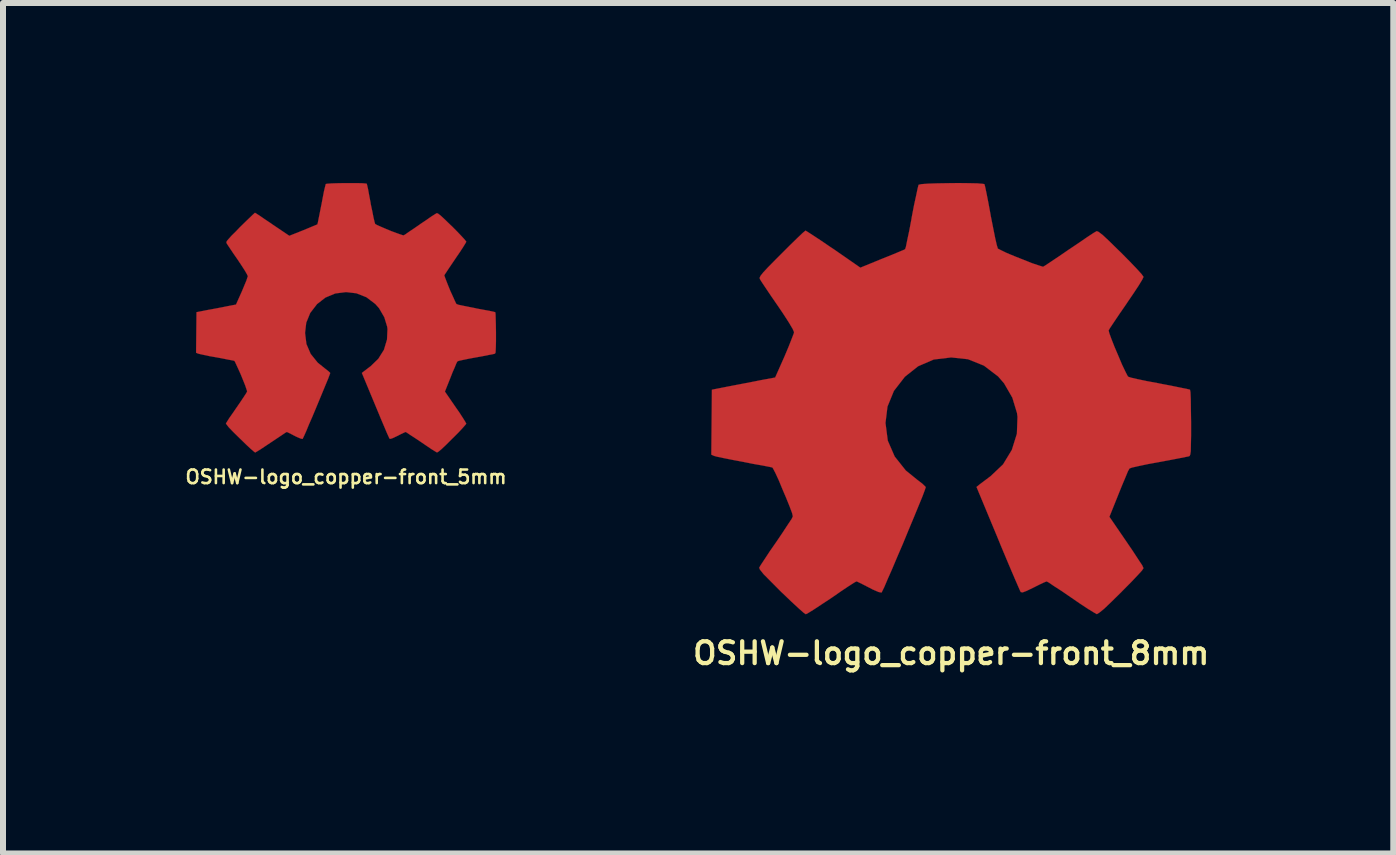
<source format=kicad_pcb>
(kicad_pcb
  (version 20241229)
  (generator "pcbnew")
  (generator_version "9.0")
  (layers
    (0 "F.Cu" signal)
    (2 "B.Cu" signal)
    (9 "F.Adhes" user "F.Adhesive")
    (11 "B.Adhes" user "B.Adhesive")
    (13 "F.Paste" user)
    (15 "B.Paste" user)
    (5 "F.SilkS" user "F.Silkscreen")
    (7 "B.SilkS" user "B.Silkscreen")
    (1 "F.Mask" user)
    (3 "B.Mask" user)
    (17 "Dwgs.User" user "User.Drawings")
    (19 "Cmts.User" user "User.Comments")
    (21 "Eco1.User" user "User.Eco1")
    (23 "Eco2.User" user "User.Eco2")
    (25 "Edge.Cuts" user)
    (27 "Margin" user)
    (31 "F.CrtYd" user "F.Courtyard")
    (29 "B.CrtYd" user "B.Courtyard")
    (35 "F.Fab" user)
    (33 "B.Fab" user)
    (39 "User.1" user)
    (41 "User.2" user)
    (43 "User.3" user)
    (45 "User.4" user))
  (footprint "OSHW-logo_copper-front_8mm"
    (layer "F.Cu")
    (at 12.803 3.595)
    (property "Reference" "OSHW-logo_copper-front_8mm" (at 0 4.242 0) (layer "F.SilkS") (effects (font (size 0.363 0.363) (thickness 0.071))))
    (attr through_hole)
    (fp_poly (pts (xy -2.423 3.592) (xy -2.383 3.571) (xy -2.289 3.513) (xy -2.154 3.424) (xy -1.996 3.32) (xy -1.839 3.211) (xy -1.709 3.124) (xy -1.618 3.066) (xy -1.58 3.045) (xy -1.56 3.051) (xy -1.483 3.089) (xy -1.374 3.145) (xy -1.311 3.178) (xy -1.212 3.221) (xy -1.161 3.231) (xy -1.153 3.216) (xy -1.115 3.139) (xy -1.059 3.007) (xy -0.983 2.835) (xy -0.897 2.631) (xy -0.803 2.413) (xy -0.711 2.189) (xy -0.622 1.976) (xy -0.544 1.786) (xy -0.48 1.631) (xy -0.439 1.521) (xy -0.424 1.476) (xy -0.429 1.466) (xy -0.48 1.417) (xy -0.566 1.351) (xy -0.757 1.196) (xy -0.942 0.963) (xy -1.057 0.699) (xy -1.095 0.404) (xy -1.062 0.132) (xy -0.955 -0.13) (xy -0.772 -0.366) (xy -0.551 -0.541) (xy -0.292 -0.653) (xy 0 -0.688) (xy 0.279 -0.658) (xy 0.546 -0.551) (xy 0.782 -0.371) (xy 0.881 -0.257) (xy 1.019 -0.018) (xy 1.097 0.239) (xy 1.105 0.302) (xy 1.095 0.584) (xy 1.011 0.853) (xy 0.864 1.095) (xy 0.658 1.29) (xy 0.63 1.311) (xy 0.536 1.382) (xy 0.472 1.43) (xy 0.422 1.471) (xy 0.78 2.332) (xy 0.836 2.469) (xy 0.935 2.705) (xy 1.021 2.908) (xy 1.09 3.068) (xy 1.138 3.178) (xy 1.158 3.221) (xy 1.161 3.223) (xy 1.191 3.228) (xy 1.257 3.203) (xy 1.377 3.145) (xy 1.458 3.104) (xy 1.549 3.061) (xy 1.59 3.045) (xy 1.626 3.063) (xy 1.712 3.122) (xy 1.841 3.205) (xy 1.994 3.31) (xy 2.141 3.411) (xy 2.276 3.5) (xy 2.375 3.561) (xy 2.423 3.589) (xy 2.431 3.589) (xy 2.471 3.564) (xy 2.55 3.5) (xy 2.667 3.388) (xy 2.832 3.226) (xy 2.857 3.2) (xy 2.995 3.061) (xy 3.106 2.944) (xy 3.18 2.863) (xy 3.205 2.824) (xy 3.183 2.776) (xy 3.119 2.68) (xy 3.03 2.543) (xy 2.921 2.383) (xy 2.637 1.968) (xy 2.794 1.577) (xy 2.842 1.458) (xy 2.903 1.313) (xy 2.946 1.209) (xy 2.972 1.163) (xy 3.012 1.148) (xy 3.122 1.123) (xy 3.277 1.09) (xy 3.459 1.057) (xy 3.637 1.024) (xy 3.797 0.993) (xy 3.912 0.97) (xy 3.962 0.96) (xy 3.975 0.953) (xy 3.985 0.927) (xy 3.993 0.874) (xy 3.995 0.777) (xy 3.998 0.625) (xy 3.998 0.404) (xy 3.998 0.381) (xy 3.995 0.17) (xy 3.993 0.003) (xy 3.988 -0.107) (xy 3.98 -0.15) (xy 3.929 -0.163) (xy 3.818 -0.185) (xy 3.658 -0.218) (xy 3.467 -0.254) (xy 3.457 -0.257) (xy 3.266 -0.292) (xy 3.109 -0.325) (xy 2.997 -0.351) (xy 2.951 -0.366) (xy 2.941 -0.378) (xy 2.903 -0.452) (xy 2.847 -0.569) (xy 2.786 -0.714) (xy 2.723 -0.861) (xy 2.67 -0.996) (xy 2.634 -1.095) (xy 2.624 -1.14) (xy 2.652 -1.186) (xy 2.718 -1.285) (xy 2.809 -1.42) (xy 2.921 -1.582) (xy 2.929 -1.595) (xy 3.038 -1.755) (xy 3.127 -1.89) (xy 3.185 -1.986) (xy 3.205 -2.029) (xy 3.205 -2.032) (xy 3.17 -2.08) (xy 3.089 -2.169) (xy 2.972 -2.291) (xy 2.832 -2.433) (xy 2.786 -2.477) (xy 2.631 -2.629) (xy 2.525 -2.728) (xy 2.456 -2.781) (xy 2.423 -2.794) (xy 2.423 -2.791) (xy 2.375 -2.764) (xy 2.273 -2.697) (xy 2.136 -2.603) (xy 1.974 -2.494) (xy 1.963 -2.487) (xy 1.803 -2.377) (xy 1.671 -2.289) (xy 1.575 -2.225) (xy 1.534 -2.2) (xy 1.527 -2.2) (xy 1.463 -2.22) (xy 1.349 -2.258) (xy 1.209 -2.314) (xy 1.062 -2.372) (xy 0.927 -2.428) (xy 0.826 -2.477) (xy 0.777 -2.502) (xy 0.777 -2.504) (xy 0.759 -2.563) (xy 0.732 -2.682) (xy 0.699 -2.847) (xy 0.66 -3.043) (xy 0.655 -3.073) (xy 0.62 -3.264) (xy 0.589 -3.421) (xy 0.566 -3.531) (xy 0.554 -3.576) (xy 0.528 -3.581) (xy 0.434 -3.589) (xy 0.292 -3.592) (xy 0.119 -3.594) (xy -0.061 -3.592) (xy -0.236 -3.589) (xy -0.389 -3.584) (xy -0.495 -3.576) (xy -0.541 -3.566) (xy -0.544 -3.564) (xy -0.559 -3.505) (xy -0.584 -3.386) (xy -0.62 -3.221) (xy -0.658 -3.023) (xy -0.663 -2.99) (xy -0.699 -2.799) (xy -0.732 -2.644) (xy -0.754 -2.535) (xy -0.767 -2.494) (xy -0.782 -2.484) (xy -0.861 -2.451) (xy -0.988 -2.398) (xy -1.148 -2.334) (xy -1.514 -2.184) (xy -1.961 -2.494) (xy -2.004 -2.522) (xy -2.164 -2.631) (xy -2.299 -2.72) (xy -2.39 -2.779) (xy -2.428 -2.802) (xy -2.431 -2.799) (xy -2.477 -2.761) (xy -2.565 -2.677) (xy -2.687 -2.558) (xy -2.827 -2.418) (xy -2.931 -2.314) (xy -3.056 -2.187) (xy -3.134 -2.103) (xy -3.178 -2.047) (xy -3.193 -2.014) (xy -3.188 -1.994) (xy -3.16 -1.948) (xy -3.094 -1.849) (xy -3.002 -1.712) (xy -2.893 -1.554) (xy -2.802 -1.42) (xy -2.705 -1.27) (xy -2.642 -1.163) (xy -2.619 -1.11) (xy -2.624 -1.087) (xy -2.657 -1.001) (xy -2.71 -0.866) (xy -2.776 -0.709) (xy -2.934 -0.353) (xy -3.167 -0.31) (xy -3.307 -0.282) (xy -3.505 -0.244) (xy -3.693 -0.208) (xy -3.988 -0.15) (xy -3.998 0.932) (xy -3.952 0.953) (xy -3.909 0.965) (xy -3.8 0.988) (xy -3.645 1.019) (xy -3.459 1.054) (xy -3.305 1.085) (xy -3.145 1.113) (xy -3.033 1.135) (xy -2.982 1.146) (xy -2.969 1.163) (xy -2.929 1.24) (xy -2.873 1.361) (xy -2.812 1.509) (xy -2.748 1.659) (xy -2.692 1.798) (xy -2.652 1.905) (xy -2.639 1.961) (xy -2.659 2.004) (xy -2.72 2.095) (xy -2.807 2.228) (xy -2.913 2.385) (xy -3.023 2.543) (xy -3.111 2.677) (xy -3.175 2.774) (xy -3.2 2.817) (xy -3.188 2.847) (xy -3.127 2.924) (xy -3.007 3.045) (xy -2.832 3.221) (xy -2.802 3.249) (xy -2.662 3.383) (xy -2.543 3.493) (xy -2.461 3.566) (xy -2.423 3.592)) (stroke (width 0.003) (type solid)) (fill yes) (layer "F.Cu")))
  (footprint "OSHW-logo_copper-front_5mm"
    (layer "F.Cu")
    (at 2.717 2.247)
    (property "Reference" "OSHW-logo_copper-front_5mm" (at 0 2.652 0) (layer "F.SilkS") (effects (font (size 0.226 0.226) (thickness 0.043))))
    (attr through_hole)
    (fp_poly (pts (xy -1.514 2.245) (xy -1.488 2.23) (xy -1.43 2.195) (xy -1.346 2.139) (xy -1.247 2.073) (xy -1.148 2.007) (xy -1.067 1.953) (xy -1.011 1.915) (xy -0.986 1.902) (xy -0.973 1.908) (xy -0.927 1.93) (xy -0.859 1.966) (xy -0.818 1.986) (xy -0.757 2.012) (xy -0.724 2.019) (xy -0.719 2.009) (xy -0.696 1.961) (xy -0.66 1.88) (xy -0.615 1.77) (xy -0.559 1.643) (xy -0.503 1.509) (xy -0.445 1.369) (xy -0.389 1.234) (xy -0.34 1.115) (xy -0.3 1.019) (xy -0.274 0.95) (xy -0.264 0.922) (xy -0.267 0.914) (xy -0.3 0.884) (xy -0.353 0.843) (xy -0.472 0.747) (xy -0.589 0.602) (xy -0.66 0.437) (xy -0.683 0.251) (xy -0.663 0.081) (xy -0.597 -0.081) (xy -0.483 -0.229) (xy -0.343 -0.338) (xy -0.18 -0.406) (xy 0 -0.429) (xy 0.173 -0.409) (xy 0.34 -0.343) (xy 0.488 -0.231) (xy 0.551 -0.16) (xy 0.638 -0.01) (xy 0.686 0.147) (xy 0.691 0.188) (xy 0.683 0.363) (xy 0.632 0.533) (xy 0.538 0.683) (xy 0.409 0.808) (xy 0.394 0.818) (xy 0.335 0.864) (xy 0.295 0.894) (xy 0.264 0.919) (xy 0.488 1.458) (xy 0.523 1.542) (xy 0.584 1.689) (xy 0.638 1.816) (xy 0.681 1.918) (xy 0.711 1.984) (xy 0.724 2.012) (xy 0.724 2.014) (xy 0.744 2.017) (xy 0.785 2.002) (xy 0.861 1.966) (xy 0.909 1.941) (xy 0.968 1.913) (xy 0.993 1.902) (xy 1.016 1.915) (xy 1.069 1.951) (xy 1.151 2.004) (xy 1.247 2.068) (xy 1.339 2.131) (xy 1.422 2.187) (xy 1.483 2.225) (xy 1.514 2.243) (xy 1.519 2.243) (xy 1.544 2.228) (xy 1.593 2.187) (xy 1.666 2.118) (xy 1.77 2.014) (xy 1.786 1.999) (xy 1.872 1.913) (xy 1.941 1.839) (xy 1.986 1.788) (xy 2.004 1.765) (xy 1.989 1.735) (xy 1.951 1.674) (xy 1.895 1.587) (xy 1.826 1.488) (xy 1.648 1.229) (xy 1.745 0.986) (xy 1.775 0.909) (xy 1.814 0.82) (xy 1.841 0.754) (xy 1.857 0.726) (xy 1.882 0.716) (xy 1.951 0.701) (xy 2.047 0.681) (xy 2.162 0.66) (xy 2.273 0.64) (xy 2.372 0.62) (xy 2.443 0.607) (xy 2.477 0.599) (xy 2.484 0.594) (xy 2.492 0.579) (xy 2.494 0.546) (xy 2.497 0.485) (xy 2.499 0.391) (xy 2.499 0.251) (xy 2.499 0.236) (xy 2.497 0.107) (xy 2.494 0) (xy 2.492 -0.066) (xy 2.487 -0.094) (xy 2.456 -0.102) (xy 2.385 -0.117) (xy 2.286 -0.135) (xy 2.167 -0.157) (xy 2.159 -0.16) (xy 2.042 -0.183) (xy 1.943 -0.203) (xy 1.872 -0.218) (xy 1.844 -0.229) (xy 1.836 -0.236) (xy 1.814 -0.282) (xy 1.781 -0.356) (xy 1.74 -0.445) (xy 1.702 -0.538) (xy 1.669 -0.622) (xy 1.646 -0.683) (xy 1.638 -0.711) (xy 1.641 -0.714) (xy 1.659 -0.742) (xy 1.699 -0.803) (xy 1.755 -0.886) (xy 1.824 -0.988) (xy 1.829 -0.996) (xy 1.897 -1.095) (xy 1.953 -1.181) (xy 1.989 -1.24) (xy 2.004 -1.267) (xy 2.004 -1.27) (xy 1.981 -1.3) (xy 1.93 -1.356) (xy 1.857 -1.433) (xy 1.77 -1.521) (xy 1.742 -1.547) (xy 1.643 -1.643) (xy 1.577 -1.704) (xy 1.534 -1.737) (xy 1.514 -1.745) (xy 1.483 -1.727) (xy 1.42 -1.687) (xy 1.336 -1.628) (xy 1.234 -1.56) (xy 1.227 -1.554) (xy 1.128 -1.486) (xy 1.044 -1.43) (xy 0.986 -1.389) (xy 0.958 -1.374) (xy 0.955 -1.374) (xy 0.914 -1.387) (xy 0.843 -1.412) (xy 0.754 -1.445) (xy 0.663 -1.483) (xy 0.579 -1.519) (xy 0.516 -1.547) (xy 0.485 -1.565) (xy 0.475 -1.6) (xy 0.457 -1.676) (xy 0.437 -1.778) (xy 0.411 -1.9) (xy 0.409 -1.92) (xy 0.386 -2.04) (xy 0.368 -2.139) (xy 0.353 -2.207) (xy 0.345 -2.235) (xy 0.33 -2.238) (xy 0.272 -2.243) (xy 0.183 -2.245) (xy 0.074 -2.245) (xy -0.038 -2.245) (xy -0.147 -2.243) (xy -0.241 -2.24) (xy -0.31 -2.235) (xy -0.338 -2.23) (xy -0.338 -2.228) (xy -0.348 -2.189) (xy -0.366 -2.116) (xy -0.386 -2.012) (xy -0.409 -1.89) (xy -0.414 -1.867) (xy -0.437 -1.75) (xy -0.457 -1.651) (xy -0.47 -1.585) (xy -0.478 -1.557) (xy -0.49 -1.552) (xy -0.538 -1.532) (xy -0.617 -1.499) (xy -0.716 -1.458) (xy -0.945 -1.367) (xy -1.227 -1.557) (xy -1.252 -1.575) (xy -1.354 -1.643) (xy -1.435 -1.699) (xy -1.494 -1.737) (xy -1.516 -1.75) (xy -1.519 -1.75) (xy -1.547 -1.725) (xy -1.603 -1.671) (xy -1.679 -1.598) (xy -1.768 -1.511) (xy -1.831 -1.445) (xy -1.91 -1.367) (xy -1.958 -1.313) (xy -1.986 -1.28) (xy -1.994 -1.26) (xy -1.991 -1.245) (xy -1.974 -1.217) (xy -1.933 -1.156) (xy -1.875 -1.069) (xy -1.806 -0.97) (xy -1.75 -0.886) (xy -1.689 -0.792) (xy -1.651 -0.726) (xy -1.636 -0.693) (xy -1.641 -0.681) (xy -1.659 -0.625) (xy -1.694 -0.541) (xy -1.735 -0.442) (xy -1.834 -0.221) (xy -1.979 -0.193) (xy -2.068 -0.175) (xy -2.189 -0.152) (xy -2.309 -0.13) (xy -2.492 -0.094) (xy -2.499 0.582) (xy -2.471 0.594) (xy -2.443 0.602) (xy -2.375 0.617) (xy -2.278 0.638) (xy -2.162 0.658) (xy -2.065 0.676) (xy -1.966 0.696) (xy -1.895 0.709) (xy -1.864 0.716) (xy -1.854 0.726) (xy -1.831 0.775) (xy -1.796 0.851) (xy -1.755 0.942) (xy -1.717 1.036) (xy -1.681 1.125) (xy -1.659 1.191) (xy -1.648 1.224) (xy -1.661 1.252) (xy -1.699 1.311) (xy -1.753 1.392) (xy -1.821 1.491) (xy -1.887 1.587) (xy -1.946 1.671) (xy -1.984 1.732) (xy -2.002 1.76) (xy -1.991 1.778) (xy -1.953 1.826) (xy -1.88 1.902) (xy -1.768 2.012) (xy -1.75 2.029) (xy -1.664 2.113) (xy -1.59 2.182) (xy -1.537 2.228) (xy -1.514 2.245)) (stroke (width 0.003) (type solid)) (fill yes) (layer "F.Cu")))
  (gr_rect
    (start -3 -3)
    (end 20.171 11.174)
    (stroke (width 0.1) (type default))
    (fill no)
    (layer "Edge.Cuts")))
</source>
